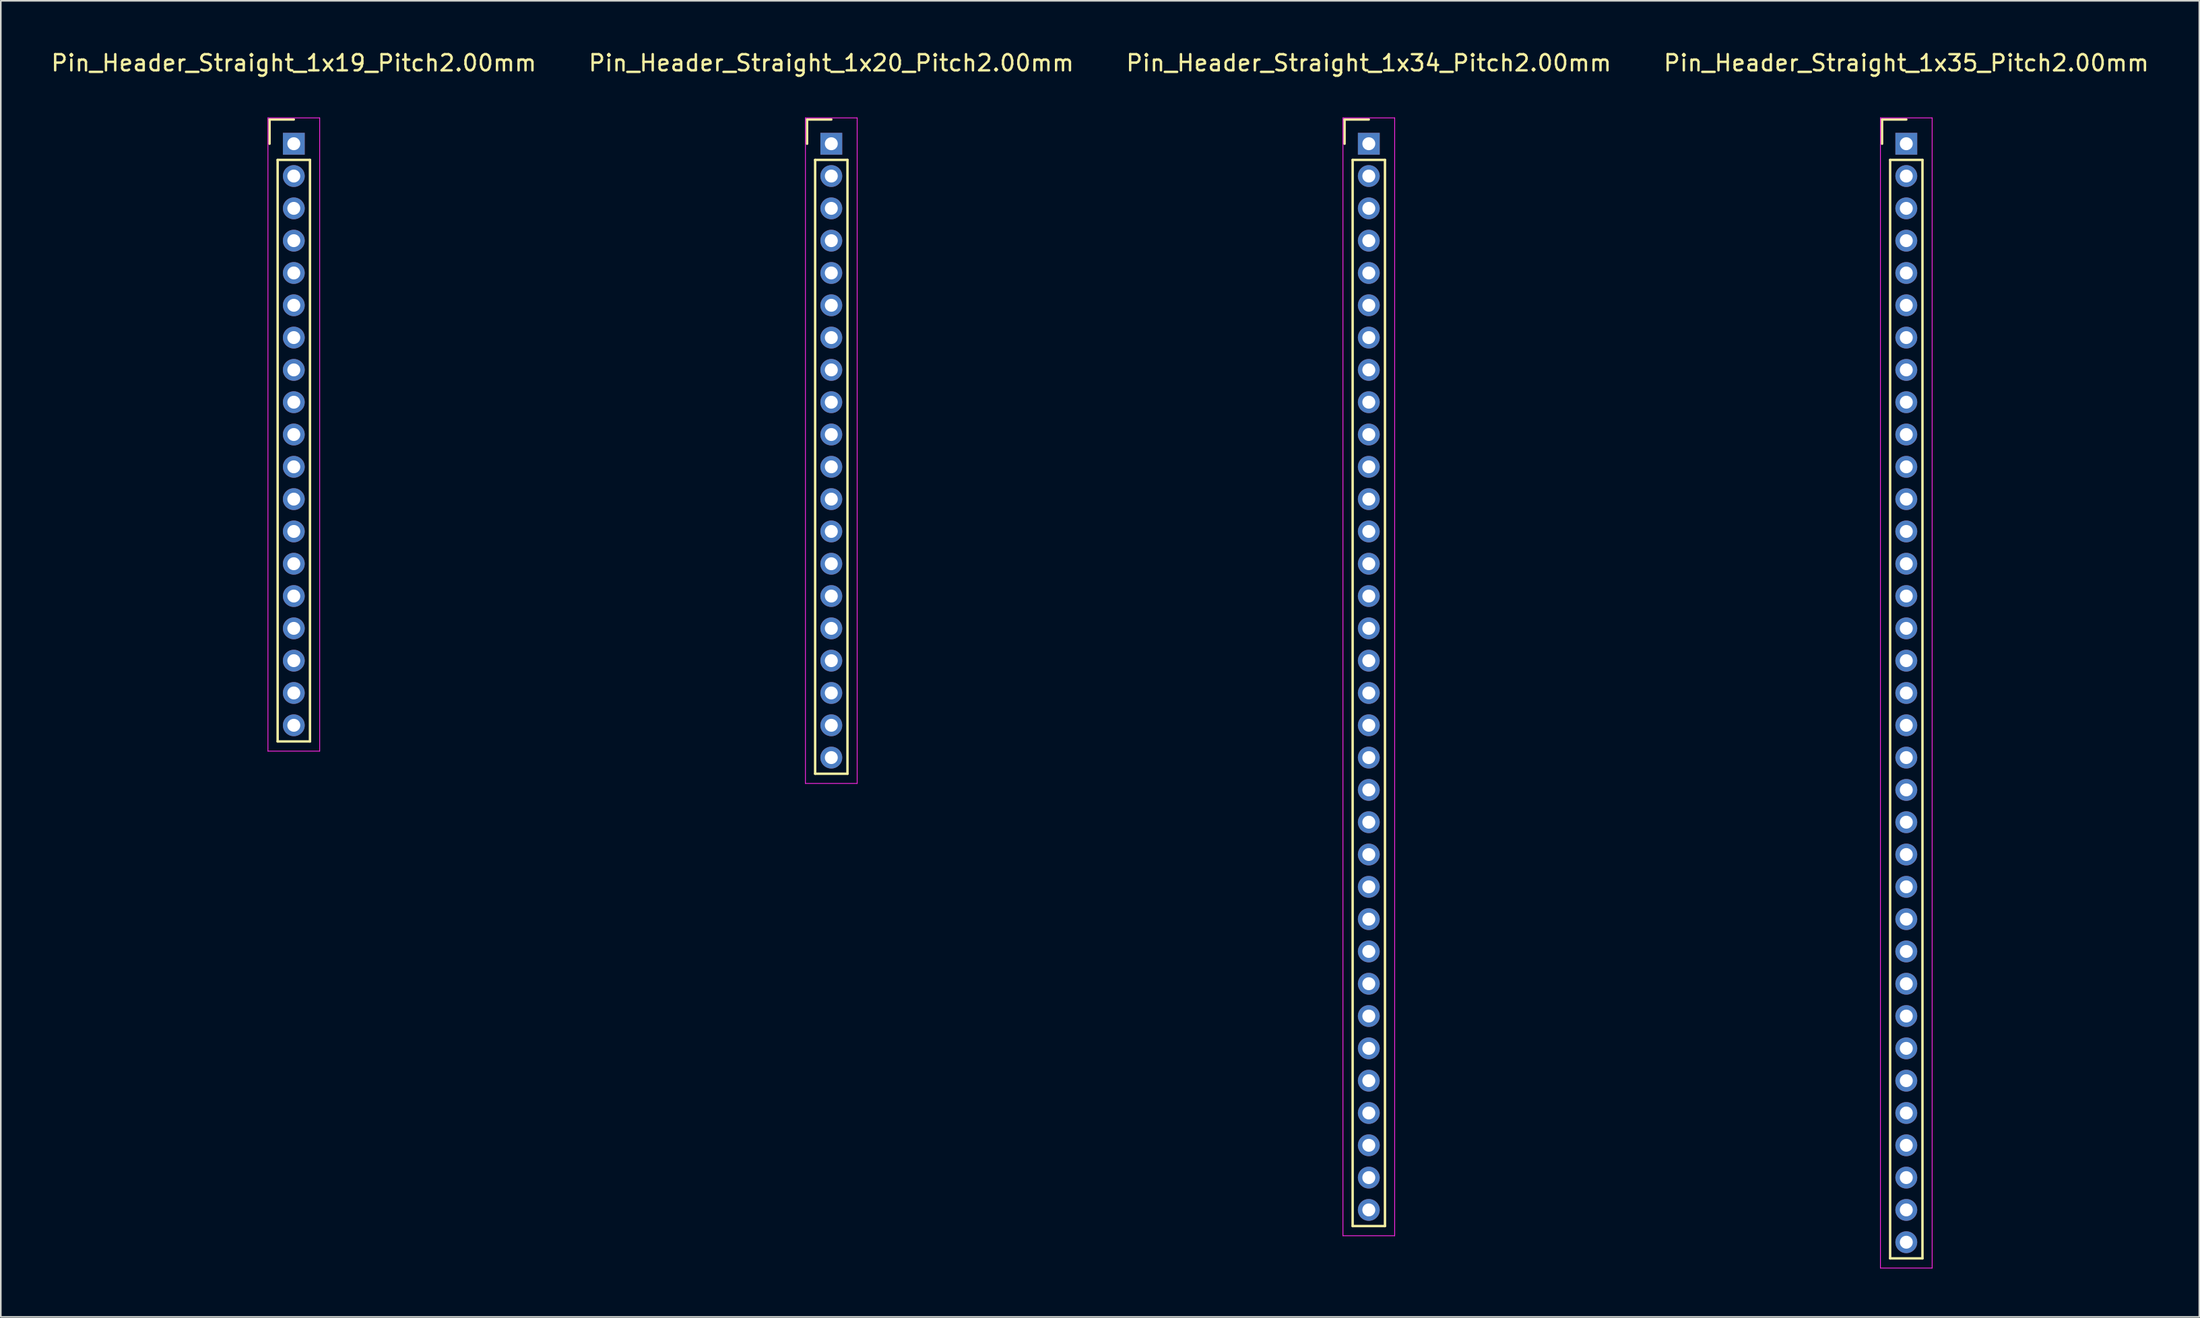
<source format=kicad_pcb>
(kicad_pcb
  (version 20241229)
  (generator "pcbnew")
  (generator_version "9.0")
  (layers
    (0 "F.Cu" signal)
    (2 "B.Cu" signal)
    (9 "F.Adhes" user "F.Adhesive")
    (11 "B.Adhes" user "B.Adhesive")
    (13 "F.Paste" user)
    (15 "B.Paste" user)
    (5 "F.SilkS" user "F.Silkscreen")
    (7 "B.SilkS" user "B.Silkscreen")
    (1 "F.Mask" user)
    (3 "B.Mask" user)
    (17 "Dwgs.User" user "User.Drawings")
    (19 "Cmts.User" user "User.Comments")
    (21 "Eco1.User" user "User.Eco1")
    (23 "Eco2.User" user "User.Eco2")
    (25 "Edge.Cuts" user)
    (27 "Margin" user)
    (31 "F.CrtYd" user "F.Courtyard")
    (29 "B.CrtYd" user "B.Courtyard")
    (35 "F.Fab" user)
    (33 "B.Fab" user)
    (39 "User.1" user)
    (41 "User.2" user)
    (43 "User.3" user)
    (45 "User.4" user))
  (footprint "Pin_Header_Straight_1x35_Pitch2.00mm"
    (layer "F.Cu")
    (at 114.875 5.848)
    (property "Reference" "Pin_Header_Straight_1x35_Pitch2.00mm" (at 0 -5 0) (layer "F.SilkS") (effects (font (size 1 1) (thickness 0.15))))
    (attr through_hole)
    (fp_line (start -1.5 -1.5) (end 0 -1.5) (stroke (width 0.15) (type solid)) (layer "F.SilkS"))
    (fp_line (start -1.5 0) (end -1.5 -1.5) (stroke (width 0.15) (type solid)) (layer "F.SilkS"))
    (fp_line (start -1 1) (end 1 1) (stroke (width 0.15) (type solid)) (layer "F.SilkS"))
    (fp_line (start -1 69) (end -1 1) (stroke (width 0.15) (type solid)) (layer "F.SilkS"))
    (fp_line (start 1 1) (end 1 69) (stroke (width 0.15) (type solid)) (layer "F.SilkS"))
    (fp_line (start 1 69) (end -1 69) (stroke (width 0.15) (type solid)) (layer "F.SilkS"))
    (fp_line (start -1.6 -1.6) (end 1.6 -1.6) (stroke (width 0.05) (type solid)) (layer "F.CrtYd"))
    (fp_line (start -1.6 69.6) (end -1.6 -1.6) (stroke (width 0.05) (type solid)) (layer "F.CrtYd"))
    (fp_line (start 1.6 -1.6) (end 1.6 69.6) (stroke (width 0.05) (type solid)) (layer "F.CrtYd"))
    (fp_line (start 1.6 69.6) (end -1.6 69.6) (stroke (width 0.05) (type solid)) (layer "F.CrtYd"))
    (pad "1" thru_hole rect (at 0 0) (size 1.35 1.35) (drill 0.8) (layers "*.Cu" "*.Mask"))
    (pad "2" thru_hole circle (at 0 2) (size 1.35 1.35) (drill 0.8) (layers "*.Cu" "*.Mask"))
    (pad "3" thru_hole circle (at 0 4) (size 1.35 1.35) (drill 0.8) (layers "*.Cu" "*.Mask"))
    (pad "4" thru_hole circle (at 0 6) (size 1.35 1.35) (drill 0.8) (layers "*.Cu" "*.Mask"))
    (pad "5" thru_hole circle (at 0 8) (size 1.35 1.35) (drill 0.8) (layers "*.Cu" "*.Mask"))
    (pad "6" thru_hole circle (at 0 10) (size 1.35 1.35) (drill 0.8) (layers "*.Cu" "*.Mask"))
    (pad "7" thru_hole circle (at 0 12) (size 1.35 1.35) (drill 0.8) (layers "*.Cu" "*.Mask"))
    (pad "8" thru_hole circle (at 0 14) (size 1.35 1.35) (drill 0.8) (layers "*.Cu" "*.Mask"))
    (pad "9" thru_hole circle (at 0 16) (size 1.35 1.35) (drill 0.8) (layers "*.Cu" "*.Mask"))
    (pad "10" thru_hole circle (at 0 18) (size 1.35 1.35) (drill 0.8) (layers "*.Cu" "*.Mask"))
    (pad "11" thru_hole circle (at 0 20) (size 1.35 1.35) (drill 0.8) (layers "*.Cu" "*.Mask"))
    (pad "12" thru_hole circle (at 0 22) (size 1.35 1.35) (drill 0.8) (layers "*.Cu" "*.Mask"))
    (pad "13" thru_hole circle (at 0 24) (size 1.35 1.35) (drill 0.8) (layers "*.Cu" "*.Mask"))
    (pad "14" thru_hole circle (at 0 26) (size 1.35 1.35) (drill 0.8) (layers "*.Cu" "*.Mask"))
    (pad "15" thru_hole circle (at 0 28) (size 1.35 1.35) (drill 0.8) (layers "*.Cu" "*.Mask"))
    (pad "16" thru_hole circle (at 0 30) (size 1.35 1.35) (drill 0.8) (layers "*.Cu" "*.Mask"))
    (pad "17" thru_hole circle (at 0 32) (size 1.35 1.35) (drill 0.8) (layers "*.Cu" "*.Mask"))
    (pad "18" thru_hole circle (at 0 34) (size 1.35 1.35) (drill 0.8) (layers "*.Cu" "*.Mask"))
    (pad "19" thru_hole circle (at 0 36) (size 1.35 1.35) (drill 0.8) (layers "*.Cu" "*.Mask"))
    (pad "20" thru_hole circle (at 0 38) (size 1.35 1.35) (drill 0.8) (layers "*.Cu" "*.Mask"))
    (pad "21" thru_hole circle (at 0 40) (size 1.35 1.35) (drill 0.8) (layers "*.Cu" "*.Mask"))
    (pad "22" thru_hole circle (at 0 42) (size 1.35 1.35) (drill 0.8) (layers "*.Cu" "*.Mask"))
    (pad "23" thru_hole circle (at 0 44) (size 1.35 1.35) (drill 0.8) (layers "*.Cu" "*.Mask"))
    (pad "24" thru_hole circle (at 0 46) (size 1.35 1.35) (drill 0.8) (layers "*.Cu" "*.Mask"))
    (pad "25" thru_hole circle (at 0 48) (size 1.35 1.35) (drill 0.8) (layers "*.Cu" "*.Mask"))
    (pad "26" thru_hole circle (at 0 50) (size 1.35 1.35) (drill 0.8) (layers "*.Cu" "*.Mask"))
    (pad "27" thru_hole circle (at 0 52) (size 1.35 1.35) (drill 0.8) (layers "*.Cu" "*.Mask"))
    (pad "28" thru_hole circle (at 0 54) (size 1.35 1.35) (drill 0.8) (layers "*.Cu" "*.Mask"))
    (pad "29" thru_hole circle (at 0 56) (size 1.35 1.35) (drill 0.8) (layers "*.Cu" "*.Mask"))
    (pad "30" thru_hole circle (at 0 58) (size 1.35 1.35) (drill 0.8) (layers "*.Cu" "*.Mask"))
    (pad "31" thru_hole circle (at 0 60) (size 1.35 1.35) (drill 0.8) (layers "*.Cu" "*.Mask"))
    (pad "32" thru_hole circle (at 0 62) (size 1.35 1.35) (drill 0.8) (layers "*.Cu" "*.Mask"))
    (pad "33" thru_hole circle (at 0 64) (size 1.35 1.35) (drill 0.8) (layers "*.Cu" "*.Mask"))
    (pad "34" thru_hole circle (at 0 66) (size 1.35 1.35) (drill 0.8) (layers "*.Cu" "*.Mask"))
    (pad "35" thru_hole circle (at 0 68) (size 1.35 1.35) (drill 0.8) (layers "*.Cu" "*.Mask")))
  (footprint "Pin_Header_Straight_1x20_Pitch2.00mm"
    (layer "F.Cu")
    (at 48.375 5.848)
    (property "Reference" "Pin_Header_Straight_1x20_Pitch2.00mm" (at 0 -5 0) (layer "F.SilkS") (effects (font (size 1 1) (thickness 0.15))))
    (attr through_hole)
    (fp_line (start -1.5 -1.5) (end 0 -1.5) (stroke (width 0.15) (type solid)) (layer "F.SilkS"))
    (fp_line (start -1.5 0) (end -1.5 -1.5) (stroke (width 0.15) (type solid)) (layer "F.SilkS"))
    (fp_line (start -1 1) (end 1 1) (stroke (width 0.15) (type solid)) (layer "F.SilkS"))
    (fp_line (start -1 39) (end -1 1) (stroke (width 0.15) (type solid)) (layer "F.SilkS"))
    (fp_line (start 1 1) (end 1 39) (stroke (width 0.15) (type solid)) (layer "F.SilkS"))
    (fp_line (start 1 39) (end -1 39) (stroke (width 0.15) (type solid)) (layer "F.SilkS"))
    (fp_line (start -1.6 -1.6) (end 1.6 -1.6) (stroke (width 0.05) (type solid)) (layer "F.CrtYd"))
    (fp_line (start -1.6 39.6) (end -1.6 -1.6) (stroke (width 0.05) (type solid)) (layer "F.CrtYd"))
    (fp_line (start 1.6 -1.6) (end 1.6 39.6) (stroke (width 0.05) (type solid)) (layer "F.CrtYd"))
    (fp_line (start 1.6 39.6) (end -1.6 39.6) (stroke (width 0.05) (type solid)) (layer "F.CrtYd"))
    (pad "1" thru_hole rect (at 0 0) (size 1.35 1.35) (drill 0.8) (layers "*.Cu" "*.Mask"))
    (pad "2" thru_hole circle (at 0 2) (size 1.35 1.35) (drill 0.8) (layers "*.Cu" "*.Mask"))
    (pad "3" thru_hole circle (at 0 4) (size 1.35 1.35) (drill 0.8) (layers "*.Cu" "*.Mask"))
    (pad "4" thru_hole circle (at 0 6) (size 1.35 1.35) (drill 0.8) (layers "*.Cu" "*.Mask"))
    (pad "5" thru_hole circle (at 0 8) (size 1.35 1.35) (drill 0.8) (layers "*.Cu" "*.Mask"))
    (pad "6" thru_hole circle (at 0 10) (size 1.35 1.35) (drill 0.8) (layers "*.Cu" "*.Mask"))
    (pad "7" thru_hole circle (at 0 12) (size 1.35 1.35) (drill 0.8) (layers "*.Cu" "*.Mask"))
    (pad "8" thru_hole circle (at 0 14) (size 1.35 1.35) (drill 0.8) (layers "*.Cu" "*.Mask"))
    (pad "9" thru_hole circle (at 0 16) (size 1.35 1.35) (drill 0.8) (layers "*.Cu" "*.Mask"))
    (pad "10" thru_hole circle (at 0 18) (size 1.35 1.35) (drill 0.8) (layers "*.Cu" "*.Mask"))
    (pad "11" thru_hole circle (at 0 20) (size 1.35 1.35) (drill 0.8) (layers "*.Cu" "*.Mask"))
    (pad "12" thru_hole circle (at 0 22) (size 1.35 1.35) (drill 0.8) (layers "*.Cu" "*.Mask"))
    (pad "13" thru_hole circle (at 0 24) (size 1.35 1.35) (drill 0.8) (layers "*.Cu" "*.Mask"))
    (pad "14" thru_hole circle (at 0 26) (size 1.35 1.35) (drill 0.8) (layers "*.Cu" "*.Mask"))
    (pad "15" thru_hole circle (at 0 28) (size 1.35 1.35) (drill 0.8) (layers "*.Cu" "*.Mask"))
    (pad "16" thru_hole circle (at 0 30) (size 1.35 1.35) (drill 0.8) (layers "*.Cu" "*.Mask"))
    (pad "17" thru_hole circle (at 0 32) (size 1.35 1.35) (drill 0.8) (layers "*.Cu" "*.Mask"))
    (pad "18" thru_hole circle (at 0 34) (size 1.35 1.35) (drill 0.8) (layers "*.Cu" "*.Mask"))
    (pad "19" thru_hole circle (at 0 36) (size 1.35 1.35) (drill 0.8) (layers "*.Cu" "*.Mask"))
    (pad "20" thru_hole circle (at 0 38) (size 1.35 1.35) (drill 0.8) (layers "*.Cu" "*.Mask")))
  (footprint "Pin_Header_Straight_1x34_Pitch2.00mm"
    (layer "F.Cu")
    (at 81.625 5.848)
    (property "Reference" "Pin_Header_Straight_1x34_Pitch2.00mm" (at 0 -5 0) (layer "F.SilkS") (effects (font (size 1 1) (thickness 0.15))))
    (attr through_hole)
    (fp_line (start -1.5 -1.5) (end 0 -1.5) (stroke (width 0.15) (type solid)) (layer "F.SilkS"))
    (fp_line (start -1.5 0) (end -1.5 -1.5) (stroke (width 0.15) (type solid)) (layer "F.SilkS"))
    (fp_line (start -1 1) (end 1 1) (stroke (width 0.15) (type solid)) (layer "F.SilkS"))
    (fp_line (start -1 67) (end -1 1) (stroke (width 0.15) (type solid)) (layer "F.SilkS"))
    (fp_line (start 1 1) (end 1 67) (stroke (width 0.15) (type solid)) (layer "F.SilkS"))
    (fp_line (start 1 67) (end -1 67) (stroke (width 0.15) (type solid)) (layer "F.SilkS"))
    (fp_line (start -1.6 -1.6) (end 1.6 -1.6) (stroke (width 0.05) (type solid)) (layer "F.CrtYd"))
    (fp_line (start -1.6 67.6) (end -1.6 -1.6) (stroke (width 0.05) (type solid)) (layer "F.CrtYd"))
    (fp_line (start 1.6 -1.6) (end 1.6 67.6) (stroke (width 0.05) (type solid)) (layer "F.CrtYd"))
    (fp_line (start 1.6 67.6) (end -1.6 67.6) (stroke (width 0.05) (type solid)) (layer "F.CrtYd"))
    (pad "1" thru_hole rect (at 0 0) (size 1.35 1.35) (drill 0.8) (layers "*.Cu" "*.Mask"))
    (pad "2" thru_hole circle (at 0 2) (size 1.35 1.35) (drill 0.8) (layers "*.Cu" "*.Mask"))
    (pad "3" thru_hole circle (at 0 4) (size 1.35 1.35) (drill 0.8) (layers "*.Cu" "*.Mask"))
    (pad "4" thru_hole circle (at 0 6) (size 1.35 1.35) (drill 0.8) (layers "*.Cu" "*.Mask"))
    (pad "5" thru_hole circle (at 0 8) (size 1.35 1.35) (drill 0.8) (layers "*.Cu" "*.Mask"))
    (pad "6" thru_hole circle (at 0 10) (size 1.35 1.35) (drill 0.8) (layers "*.Cu" "*.Mask"))
    (pad "7" thru_hole circle (at 0 12) (size 1.35 1.35) (drill 0.8) (layers "*.Cu" "*.Mask"))
    (pad "8" thru_hole circle (at 0 14) (size 1.35 1.35) (drill 0.8) (layers "*.Cu" "*.Mask"))
    (pad "9" thru_hole circle (at 0 16) (size 1.35 1.35) (drill 0.8) (layers "*.Cu" "*.Mask"))
    (pad "10" thru_hole circle (at 0 18) (size 1.35 1.35) (drill 0.8) (layers "*.Cu" "*.Mask"))
    (pad "11" thru_hole circle (at 0 20) (size 1.35 1.35) (drill 0.8) (layers "*.Cu" "*.Mask"))
    (pad "12" thru_hole circle (at 0 22) (size 1.35 1.35) (drill 0.8) (layers "*.Cu" "*.Mask"))
    (pad "13" thru_hole circle (at 0 24) (size 1.35 1.35) (drill 0.8) (layers "*.Cu" "*.Mask"))
    (pad "14" thru_hole circle (at 0 26) (size 1.35 1.35) (drill 0.8) (layers "*.Cu" "*.Mask"))
    (pad "15" thru_hole circle (at 0 28) (size 1.35 1.35) (drill 0.8) (layers "*.Cu" "*.Mask"))
    (pad "16" thru_hole circle (at 0 30) (size 1.35 1.35) (drill 0.8) (layers "*.Cu" "*.Mask"))
    (pad "17" thru_hole circle (at 0 32) (size 1.35 1.35) (drill 0.8) (layers "*.Cu" "*.Mask"))
    (pad "18" thru_hole circle (at 0 34) (size 1.35 1.35) (drill 0.8) (layers "*.Cu" "*.Mask"))
    (pad "19" thru_hole circle (at 0 36) (size 1.35 1.35) (drill 0.8) (layers "*.Cu" "*.Mask"))
    (pad "20" thru_hole circle (at 0 38) (size 1.35 1.35) (drill 0.8) (layers "*.Cu" "*.Mask"))
    (pad "21" thru_hole circle (at 0 40) (size 1.35 1.35) (drill 0.8) (layers "*.Cu" "*.Mask"))
    (pad "22" thru_hole circle (at 0 42) (size 1.35 1.35) (drill 0.8) (layers "*.Cu" "*.Mask"))
    (pad "23" thru_hole circle (at 0 44) (size 1.35 1.35) (drill 0.8) (layers "*.Cu" "*.Mask"))
    (pad "24" thru_hole circle (at 0 46) (size 1.35 1.35) (drill 0.8) (layers "*.Cu" "*.Mask"))
    (pad "25" thru_hole circle (at 0 48) (size 1.35 1.35) (drill 0.8) (layers "*.Cu" "*.Mask"))
    (pad "26" thru_hole circle (at 0 50) (size 1.35 1.35) (drill 0.8) (layers "*.Cu" "*.Mask"))
    (pad "27" thru_hole circle (at 0 52) (size 1.35 1.35) (drill 0.8) (layers "*.Cu" "*.Mask"))
    (pad "28" thru_hole circle (at 0 54) (size 1.35 1.35) (drill 0.8) (layers "*.Cu" "*.Mask"))
    (pad "29" thru_hole circle (at 0 56) (size 1.35 1.35) (drill 0.8) (layers "*.Cu" "*.Mask"))
    (pad "30" thru_hole circle (at 0 58) (size 1.35 1.35) (drill 0.8) (layers "*.Cu" "*.Mask"))
    (pad "31" thru_hole circle (at 0 60) (size 1.35 1.35) (drill 0.8) (layers "*.Cu" "*.Mask"))
    (pad "32" thru_hole circle (at 0 62) (size 1.35 1.35) (drill 0.8) (layers "*.Cu" "*.Mask"))
    (pad "33" thru_hole circle (at 0 64) (size 1.35 1.35) (drill 0.8) (layers "*.Cu" "*.Mask"))
    (pad "34" thru_hole circle (at 0 66) (size 1.35 1.35) (drill 0.8) (layers "*.Cu" "*.Mask")))
  (footprint "Pin_Header_Straight_1x19_Pitch2.00mm"
    (layer "F.Cu")
    (at 15.125 5.848)
    (property "Reference" "Pin_Header_Straight_1x19_Pitch2.00mm" (at 0 -5 0) (layer "F.SilkS") (effects (font (size 1 1) (thickness 0.15))))
    (attr through_hole)
    (fp_line (start -1.5 -1.5) (end 0 -1.5) (stroke (width 0.15) (type solid)) (layer "F.SilkS"))
    (fp_line (start -1.5 0) (end -1.5 -1.5) (stroke (width 0.15) (type solid)) (layer "F.SilkS"))
    (fp_line (start -1 1) (end 1 1) (stroke (width 0.15) (type solid)) (layer "F.SilkS"))
    (fp_line (start -1 37) (end -1 1) (stroke (width 0.15) (type solid)) (layer "F.SilkS"))
    (fp_line (start 1 1) (end 1 37) (stroke (width 0.15) (type solid)) (layer "F.SilkS"))
    (fp_line (start 1 37) (end -1 37) (stroke (width 0.15) (type solid)) (layer "F.SilkS"))
    (fp_line (start -1.6 -1.6) (end 1.6 -1.6) (stroke (width 0.05) (type solid)) (layer "F.CrtYd"))
    (fp_line (start -1.6 37.6) (end -1.6 -1.6) (stroke (width 0.05) (type solid)) (layer "F.CrtYd"))
    (fp_line (start 1.6 -1.6) (end 1.6 37.6) (stroke (width 0.05) (type solid)) (layer "F.CrtYd"))
    (fp_line (start 1.6 37.6) (end -1.6 37.6) (stroke (width 0.05) (type solid)) (layer "F.CrtYd"))
    (pad "1" thru_hole rect (at 0 0) (size 1.35 1.35) (drill 0.8) (layers "*.Cu" "*.Mask"))
    (pad "2" thru_hole circle (at 0 2) (size 1.35 1.35) (drill 0.8) (layers "*.Cu" "*.Mask"))
    (pad "3" thru_hole circle (at 0 4) (size 1.35 1.35) (drill 0.8) (layers "*.Cu" "*.Mask"))
    (pad "4" thru_hole circle (at 0 6) (size 1.35 1.35) (drill 0.8) (layers "*.Cu" "*.Mask"))
    (pad "5" thru_hole circle (at 0 8) (size 1.35 1.35) (drill 0.8) (layers "*.Cu" "*.Mask"))
    (pad "6" thru_hole circle (at 0 10) (size 1.35 1.35) (drill 0.8) (layers "*.Cu" "*.Mask"))
    (pad "7" thru_hole circle (at 0 12) (size 1.35 1.35) (drill 0.8) (layers "*.Cu" "*.Mask"))
    (pad "8" thru_hole circle (at 0 14) (size 1.35 1.35) (drill 0.8) (layers "*.Cu" "*.Mask"))
    (pad "9" thru_hole circle (at 0 16) (size 1.35 1.35) (drill 0.8) (layers "*.Cu" "*.Mask"))
    (pad "10" thru_hole circle (at 0 18) (size 1.35 1.35) (drill 0.8) (layers "*.Cu" "*.Mask"))
    (pad "11" thru_hole circle (at 0 20) (size 1.35 1.35) (drill 0.8) (layers "*.Cu" "*.Mask"))
    (pad "12" thru_hole circle (at 0 22) (size 1.35 1.35) (drill 0.8) (layers "*.Cu" "*.Mask"))
    (pad "13" thru_hole circle (at 0 24) (size 1.35 1.35) (drill 0.8) (layers "*.Cu" "*.Mask"))
    (pad "14" thru_hole circle (at 0 26) (size 1.35 1.35) (drill 0.8) (layers "*.Cu" "*.Mask"))
    (pad "15" thru_hole circle (at 0 28) (size 1.35 1.35) (drill 0.8) (layers "*.Cu" "*.Mask"))
    (pad "16" thru_hole circle (at 0 30) (size 1.35 1.35) (drill 0.8) (layers "*.Cu" "*.Mask"))
    (pad "17" thru_hole circle (at 0 32) (size 1.35 1.35) (drill 0.8) (layers "*.Cu" "*.Mask"))
    (pad "18" thru_hole circle (at 0 34) (size 1.35 1.35) (drill 0.8) (layers "*.Cu" "*.Mask"))
    (pad "19" thru_hole circle (at 0 36) (size 1.35 1.35) (drill 0.8) (layers "*.Cu" "*.Mask")))
  (gr_rect
    (start -3 -3)
    (end 133 78.473)
    (stroke (width 0.1) (type default))
    (fill no)
    (layer "Edge.Cuts")))
</source>
